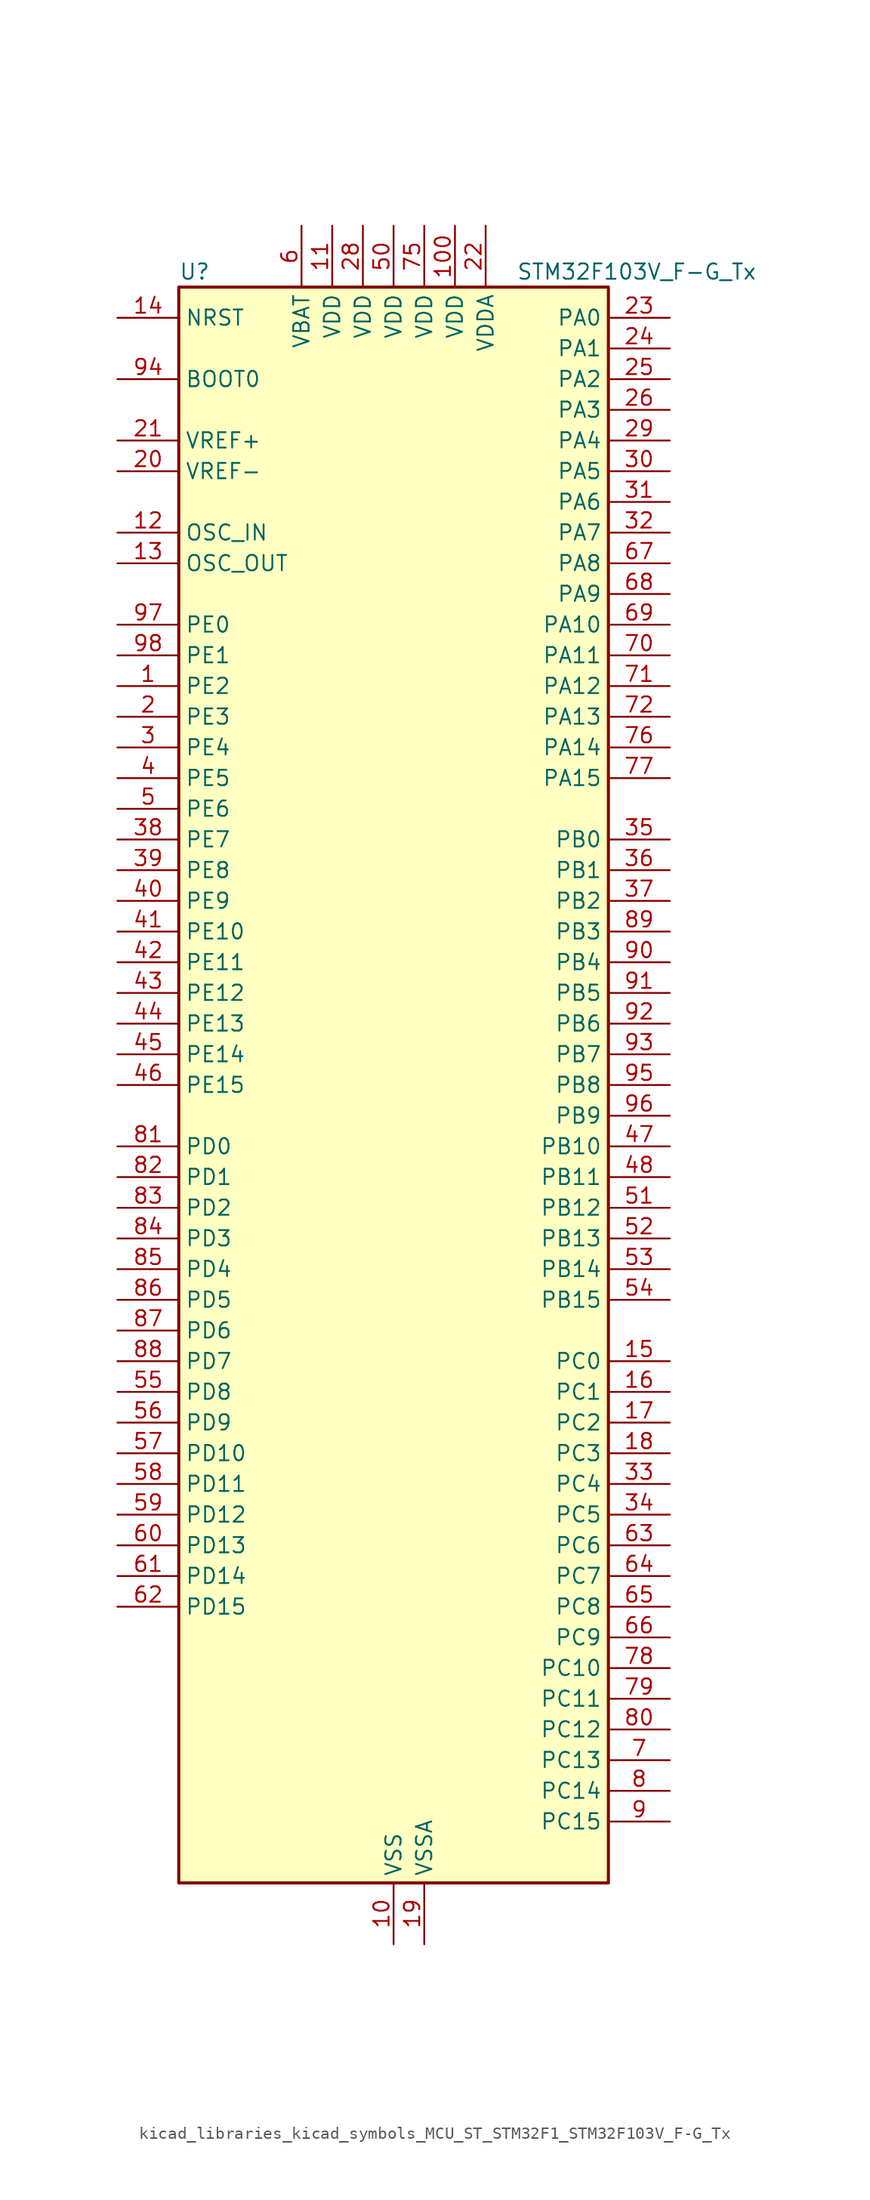
<source format=kicad_sym>
(kicad_symbol_lib
  (version 20220914)
  (generator kicad_symbol_editor)
  (symbol "kicad_libraries_kicad_symbols_MCU_ST_STM32F1_STM32F103V_F-G_Tx"
    (property "Reference" "U"
      (at -17.78 67.31 0)
      (effects (font (size 1.27 1.27)) (justify left)))
    (property "Value" "STM32F103V_F-G_Tx"
      (at 10.16 67.31 0)
      (effects (font (size 1.27 1.27)) (justify left)))
    (property "ki_locked" ""
      (at 0 0 0)
      (effects (font (size 1.27 1.27))))
    (symbol "kicad_libraries_kicad_symbols_MCU_ST_STM32F1_STM32F103V_F-G_Tx_0_1"
      (rectangle (start -17.78 -66.04) (end 17.78 66.04) (stroke (width 0.254) (type default)) (fill (type background))))
    (symbol "kicad_libraries_kicad_symbols_MCU_ST_STM32F1_STM32F103V_F-G_Tx_1_1"
      (pin bidirectional line (at -22.86 33.02 0) (length 5.08) (name "PE2" (effects (font (size 1.27 1.27)))) (number "1" (effects (font (size 1.27 1.27)))) (alternate "FSMC_A23" bidirectional line) (alternate "SYS_TRACECLK" bidirectional line))
      (pin power_in line (at 0 -71.12 90) (length 5.08) (name "VSS" (effects (font (size 1.27 1.27)))) (number "10" (effects (font (size 1.27 1.27)))))
      (pin power_in line (at 5.08 71.12 270) (length 5.08) (name "VDD" (effects (font (size 1.27 1.27)))) (number "100" (effects (font (size 1.27 1.27)))))
      (pin power_in line (at -5.08 71.12 270) (length 5.08) (name "VDD" (effects (font (size 1.27 1.27)))) (number "11" (effects (font (size 1.27 1.27)))))
      (pin input line (at -22.86 45.72 0) (length 5.08) (name "OSC_IN" (effects (font (size 1.27 1.27)))) (number "12" (effects (font (size 1.27 1.27)))) (alternate "RCC_OSC_IN" bidirectional line))
      (pin input line (at -22.86 43.18 0) (length 5.08) (name "OSC_OUT" (effects (font (size 1.27 1.27)))) (number "13" (effects (font (size 1.27 1.27)))) (alternate "RCC_OSC_OUT" bidirectional line))
      (pin input line (at -22.86 63.5 0) (length 5.08) (name "NRST" (effects (font (size 1.27 1.27)))) (number "14" (effects (font (size 1.27 1.27)))))
      (pin bidirectional line (at 22.86 -22.86 180) (length 5.08) (name "PC0" (effects (font (size 1.27 1.27)))) (number "15" (effects (font (size 1.27 1.27)))) (alternate "ADC1_IN10" bidirectional line) (alternate "ADC2_IN10" bidirectional line) (alternate "ADC3_IN10" bidirectional line))
      (pin bidirectional line (at 22.86 -25.4 180) (length 5.08) (name "PC1" (effects (font (size 1.27 1.27)))) (number "16" (effects (font (size 1.27 1.27)))) (alternate "ADC1_IN11" bidirectional line) (alternate "ADC2_IN11" bidirectional line) (alternate "ADC3_IN11" bidirectional line))
      (pin bidirectional line (at 22.86 -27.94 180) (length 5.08) (name "PC2" (effects (font (size 1.27 1.27)))) (number "17" (effects (font (size 1.27 1.27)))) (alternate "ADC1_IN12" bidirectional line) (alternate "ADC2_IN12" bidirectional line) (alternate "ADC3_IN12" bidirectional line))
      (pin bidirectional line (at 22.86 -30.48 180) (length 5.08) (name "PC3" (effects (font (size 1.27 1.27)))) (number "18" (effects (font (size 1.27 1.27)))) (alternate "ADC1_IN13" bidirectional line) (alternate "ADC2_IN13" bidirectional line) (alternate "ADC3_IN13" bidirectional line))
      (pin power_in line (at 2.54 -71.12 90) (length 5.08) (name "VSSA" (effects (font (size 1.27 1.27)))) (number "19" (effects (font (size 1.27 1.27)))))
      (pin bidirectional line (at -22.86 30.48 0) (length 5.08) (name "PE3" (effects (font (size 1.27 1.27)))) (number "2" (effects (font (size 1.27 1.27)))) (alternate "FSMC_A19" bidirectional line) (alternate "SYS_TRACED0" bidirectional line))
      (pin input line (at -22.86 50.8 0) (length 5.08) (name "VREF-" (effects (font (size 1.27 1.27)))) (number "20" (effects (font (size 1.27 1.27)))))
      (pin input line (at -22.86 53.34 0) (length 5.08) (name "VREF+" (effects (font (size 1.27 1.27)))) (number "21" (effects (font (size 1.27 1.27)))))
      (pin power_in line (at 7.62 71.12 270) (length 5.08) (name "VDDA" (effects (font (size 1.27 1.27)))) (number "22" (effects (font (size 1.27 1.27)))))
      (pin bidirectional line (at 22.86 63.5 180) (length 5.08) (name "PA0" (effects (font (size 1.27 1.27)))) (number "23" (effects (font (size 1.27 1.27)))) (alternate "ADC1_IN0" bidirectional line) (alternate "ADC2_IN0" bidirectional line) (alternate "ADC3_IN0" bidirectional line) (alternate "SYS_WKUP" bidirectional line) (alternate "TIM2_CH1" bidirectional line) (alternate "TIM2_ETR" bidirectional line) (alternate "TIM5_CH1" bidirectional line) (alternate "TIM8_ETR" bidirectional line) (alternate "USART2_CTS" bidirectional line))
      (pin bidirectional line (at 22.86 60.96 180) (length 5.08) (name "PA1" (effects (font (size 1.27 1.27)))) (number "24" (effects (font (size 1.27 1.27)))) (alternate "ADC1_IN1" bidirectional line) (alternate "ADC2_IN1" bidirectional line) (alternate "ADC3_IN1" bidirectional line) (alternate "TIM2_CH2" bidirectional line) (alternate "TIM5_CH2" bidirectional line) (alternate "USART2_RTS" bidirectional line))
      (pin bidirectional line (at 22.86 58.42 180) (length 5.08) (name "PA2" (effects (font (size 1.27 1.27)))) (number "25" (effects (font (size 1.27 1.27)))) (alternate "ADC1_IN2" bidirectional line) (alternate "ADC2_IN2" bidirectional line) (alternate "ADC3_IN2" bidirectional line) (alternate "TIM2_CH3" bidirectional line) (alternate "TIM5_CH3" bidirectional line) (alternate "TIM9_CH1" bidirectional line) (alternate "USART2_TX" bidirectional line))
      (pin bidirectional line (at 22.86 55.88 180) (length 5.08) (name "PA3" (effects (font (size 1.27 1.27)))) (number "26" (effects (font (size 1.27 1.27)))) (alternate "ADC1_IN3" bidirectional line) (alternate "ADC2_IN3" bidirectional line) (alternate "ADC3_IN3" bidirectional line) (alternate "TIM2_CH4" bidirectional line) (alternate "TIM5_CH4" bidirectional line) (alternate "TIM9_CH2" bidirectional line) (alternate "USART2_RX" bidirectional line))
      (pin passive line (at 0 -71.12 90) (length 5.08) hide (name "VSS" (effects (font (size 1.27 1.27)))) (number "27" (effects (font (size 1.27 1.27)))))
      (pin power_in line (at -2.54 71.12 270) (length 5.08) (name "VDD" (effects (font (size 1.27 1.27)))) (number "28" (effects (font (size 1.27 1.27)))))
      (pin bidirectional line (at 22.86 53.34 180) (length 5.08) (name "PA4" (effects (font (size 1.27 1.27)))) (number "29" (effects (font (size 1.27 1.27)))) (alternate "ADC1_IN4" bidirectional line) (alternate "ADC2_IN4" bidirectional line) (alternate "DAC_OUT1" bidirectional line) (alternate "SPI1_NSS" bidirectional line) (alternate "USART2_CK" bidirectional line))
      (pin bidirectional line (at -22.86 27.94 0) (length 5.08) (name "PE4" (effects (font (size 1.27 1.27)))) (number "3" (effects (font (size 1.27 1.27)))) (alternate "FSMC_A20" bidirectional line) (alternate "SYS_TRACED1" bidirectional line))
      (pin bidirectional line (at 22.86 50.8 180) (length 5.08) (name "PA5" (effects (font (size 1.27 1.27)))) (number "30" (effects (font (size 1.27 1.27)))) (alternate "ADC1_IN5" bidirectional line) (alternate "ADC2_IN5" bidirectional line) (alternate "DAC_OUT2" bidirectional line) (alternate "SPI1_SCK" bidirectional line))
      (pin bidirectional line (at 22.86 48.26 180) (length 5.08) (name "PA6" (effects (font (size 1.27 1.27)))) (number "31" (effects (font (size 1.27 1.27)))) (alternate "ADC1_IN6" bidirectional line) (alternate "ADC2_IN6" bidirectional line) (alternate "SPI1_MISO" bidirectional line) (alternate "TIM13_CH1" bidirectional line) (alternate "TIM1_BKIN" bidirectional line) (alternate "TIM3_CH1" bidirectional line) (alternate "TIM8_BKIN" bidirectional line))
      (pin bidirectional line (at 22.86 45.72 180) (length 5.08) (name "PA7" (effects (font (size 1.27 1.27)))) (number "32" (effects (font (size 1.27 1.27)))) (alternate "ADC1_IN7" bidirectional line) (alternate "ADC2_IN7" bidirectional line) (alternate "SPI1_MOSI" bidirectional line) (alternate "TIM14_CH1" bidirectional line) (alternate "TIM1_CH1N" bidirectional line) (alternate "TIM3_CH2" bidirectional line) (alternate "TIM8_CH1N" bidirectional line))
      (pin bidirectional line (at 22.86 -33.02 180) (length 5.08) (name "PC4" (effects (font (size 1.27 1.27)))) (number "33" (effects (font (size 1.27 1.27)))) (alternate "ADC1_IN14" bidirectional line) (alternate "ADC2_IN14" bidirectional line))
      (pin bidirectional line (at 22.86 -35.56 180) (length 5.08) (name "PC5" (effects (font (size 1.27 1.27)))) (number "34" (effects (font (size 1.27 1.27)))) (alternate "ADC1_IN15" bidirectional line) (alternate "ADC2_IN15" bidirectional line))
      (pin bidirectional line (at 22.86 20.32 180) (length 5.08) (name "PB0" (effects (font (size 1.27 1.27)))) (number "35" (effects (font (size 1.27 1.27)))) (alternate "ADC1_IN8" bidirectional line) (alternate "ADC2_IN8" bidirectional line) (alternate "TIM1_CH2N" bidirectional line) (alternate "TIM3_CH3" bidirectional line) (alternate "TIM8_CH2N" bidirectional line))
      (pin bidirectional line (at 22.86 17.78 180) (length 5.08) (name "PB1" (effects (font (size 1.27 1.27)))) (number "36" (effects (font (size 1.27 1.27)))) (alternate "ADC1_IN9" bidirectional line) (alternate "ADC2_IN9" bidirectional line) (alternate "TIM1_CH3N" bidirectional line) (alternate "TIM3_CH4" bidirectional line) (alternate "TIM8_CH3N" bidirectional line))
      (pin bidirectional line (at 22.86 15.24 180) (length 5.08) (name "PB2" (effects (font (size 1.27 1.27)))) (number "37" (effects (font (size 1.27 1.27)))))
      (pin bidirectional line (at -22.86 20.32 0) (length 5.08) (name "PE7" (effects (font (size 1.27 1.27)))) (number "38" (effects (font (size 1.27 1.27)))) (alternate "FSMC_D4" bidirectional line) (alternate "FSMC_DA4" bidirectional line) (alternate "TIM1_ETR" bidirectional line))
      (pin bidirectional line (at -22.86 17.78 0) (length 5.08) (name "PE8" (effects (font (size 1.27 1.27)))) (number "39" (effects (font (size 1.27 1.27)))) (alternate "FSMC_D5" bidirectional line) (alternate "FSMC_DA5" bidirectional line) (alternate "TIM1_CH1N" bidirectional line))
      (pin bidirectional line (at -22.86 25.4 0) (length 5.08) (name "PE5" (effects (font (size 1.27 1.27)))) (number "4" (effects (font (size 1.27 1.27)))) (alternate "FSMC_A21" bidirectional line) (alternate "SYS_TRACED2" bidirectional line) (alternate "TIM9_CH1" bidirectional line))
      (pin bidirectional line (at -22.86 15.24 0) (length 5.08) (name "PE9" (effects (font (size 1.27 1.27)))) (number "40" (effects (font (size 1.27 1.27)))) (alternate "DAC_EXTI9" bidirectional line) (alternate "FSMC_D6" bidirectional line) (alternate "FSMC_DA6" bidirectional line) (alternate "TIM1_CH1" bidirectional line))
      (pin bidirectional line (at -22.86 12.7 0) (length 5.08) (name "PE10" (effects (font (size 1.27 1.27)))) (number "41" (effects (font (size 1.27 1.27)))) (alternate "FSMC_D7" bidirectional line) (alternate "FSMC_DA7" bidirectional line) (alternate "TIM1_CH2N" bidirectional line))
      (pin bidirectional line (at -22.86 10.16 0) (length 5.08) (name "PE11" (effects (font (size 1.27 1.27)))) (number "42" (effects (font (size 1.27 1.27)))) (alternate "ADC1_EXTI11" bidirectional line) (alternate "ADC2_EXTI11" bidirectional line) (alternate "FSMC_D8" bidirectional line) (alternate "FSMC_DA8" bidirectional line) (alternate "TIM1_CH2" bidirectional line))
      (pin bidirectional line (at -22.86 7.62 0) (length 5.08) (name "PE12" (effects (font (size 1.27 1.27)))) (number "43" (effects (font (size 1.27 1.27)))) (alternate "FSMC_D9" bidirectional line) (alternate "FSMC_DA9" bidirectional line) (alternate "TIM1_CH3N" bidirectional line))
      (pin bidirectional line (at -22.86 5.08 0) (length 5.08) (name "PE13" (effects (font (size 1.27 1.27)))) (number "44" (effects (font (size 1.27 1.27)))) (alternate "FSMC_D10" bidirectional line) (alternate "FSMC_DA10" bidirectional line) (alternate "TIM1_CH3" bidirectional line))
      (pin bidirectional line (at -22.86 2.54 0) (length 5.08) (name "PE14" (effects (font (size 1.27 1.27)))) (number "45" (effects (font (size 1.27 1.27)))) (alternate "FSMC_D11" bidirectional line) (alternate "FSMC_DA11" bidirectional line) (alternate "TIM1_CH4" bidirectional line))
      (pin bidirectional line (at -22.86 0 0) (length 5.08) (name "PE15" (effects (font (size 1.27 1.27)))) (number "46" (effects (font (size 1.27 1.27)))) (alternate "ADC1_EXTI15" bidirectional line) (alternate "ADC2_EXTI15" bidirectional line) (alternate "FSMC_D12" bidirectional line) (alternate "FSMC_DA12" bidirectional line) (alternate "TIM1_BKIN" bidirectional line))
      (pin bidirectional line (at 22.86 -5.08 180) (length 5.08) (name "PB10" (effects (font (size 1.27 1.27)))) (number "47" (effects (font (size 1.27 1.27)))) (alternate "I2C2_SCL" bidirectional line) (alternate "TIM2_CH3" bidirectional line) (alternate "USART3_TX" bidirectional line))
      (pin bidirectional line (at 22.86 -7.62 180) (length 5.08) (name "PB11" (effects (font (size 1.27 1.27)))) (number "48" (effects (font (size 1.27 1.27)))) (alternate "ADC1_EXTI11" bidirectional line) (alternate "ADC2_EXTI11" bidirectional line) (alternate "I2C2_SDA" bidirectional line) (alternate "TIM2_CH4" bidirectional line) (alternate "USART3_RX" bidirectional line))
      (pin passive line (at 0 -71.12 90) (length 5.08) hide (name "VSS" (effects (font (size 1.27 1.27)))) (number "49" (effects (font (size 1.27 1.27)))))
      (pin bidirectional line (at -22.86 22.86 0) (length 5.08) (name "PE6" (effects (font (size 1.27 1.27)))) (number "5" (effects (font (size 1.27 1.27)))) (alternate "FSMC_A22" bidirectional line) (alternate "SYS_TRACED3" bidirectional line) (alternate "TIM9_CH2" bidirectional line))
      (pin power_in line (at 0 71.12 270) (length 5.08) (name "VDD" (effects (font (size 1.27 1.27)))) (number "50" (effects (font (size 1.27 1.27)))))
      (pin bidirectional line (at 22.86 -10.16 180) (length 5.08) (name "PB12" (effects (font (size 1.27 1.27)))) (number "51" (effects (font (size 1.27 1.27)))) (alternate "I2C2_SMBA" bidirectional line) (alternate "I2S2_WS" bidirectional line) (alternate "SPI2_NSS" bidirectional line) (alternate "TIM1_BKIN" bidirectional line) (alternate "USART3_CK" bidirectional line))
      (pin bidirectional line (at 22.86 -12.7 180) (length 5.08) (name "PB13" (effects (font (size 1.27 1.27)))) (number "52" (effects (font (size 1.27 1.27)))) (alternate "I2S2_CK" bidirectional line) (alternate "SPI2_SCK" bidirectional line) (alternate "TIM1_CH1N" bidirectional line) (alternate "USART3_CTS" bidirectional line))
      (pin bidirectional line (at 22.86 -15.24 180) (length 5.08) (name "PB14" (effects (font (size 1.27 1.27)))) (number "53" (effects (font (size 1.27 1.27)))) (alternate "SPI2_MISO" bidirectional line) (alternate "TIM12_CH1" bidirectional line) (alternate "TIM1_CH2N" bidirectional line) (alternate "USART3_RTS" bidirectional line))
      (pin bidirectional line (at 22.86 -17.78 180) (length 5.08) (name "PB15" (effects (font (size 1.27 1.27)))) (number "54" (effects (font (size 1.27 1.27)))) (alternate "ADC1_EXTI15" bidirectional line) (alternate "ADC2_EXTI15" bidirectional line) (alternate "I2S2_SD" bidirectional line) (alternate "SPI2_MOSI" bidirectional line) (alternate "TIM12_CH2" bidirectional line) (alternate "TIM1_CH3N" bidirectional line))
      (pin bidirectional line (at -22.86 -25.4 0) (length 5.08) (name "PD8" (effects (font (size 1.27 1.27)))) (number "55" (effects (font (size 1.27 1.27)))) (alternate "FSMC_D13" bidirectional line) (alternate "FSMC_DA13" bidirectional line) (alternate "USART3_TX" bidirectional line))
      (pin bidirectional line (at -22.86 -27.94 0) (length 5.08) (name "PD9" (effects (font (size 1.27 1.27)))) (number "56" (effects (font (size 1.27 1.27)))) (alternate "DAC_EXTI9" bidirectional line) (alternate "FSMC_D14" bidirectional line) (alternate "FSMC_DA14" bidirectional line) (alternate "USART3_RX" bidirectional line))
      (pin bidirectional line (at -22.86 -30.48 0) (length 5.08) (name "PD10" (effects (font (size 1.27 1.27)))) (number "57" (effects (font (size 1.27 1.27)))) (alternate "FSMC_D15" bidirectional line) (alternate "FSMC_DA15" bidirectional line) (alternate "USART3_CK" bidirectional line))
      (pin bidirectional line (at -22.86 -33.02 0) (length 5.08) (name "PD11" (effects (font (size 1.27 1.27)))) (number "58" (effects (font (size 1.27 1.27)))) (alternate "ADC1_EXTI11" bidirectional line) (alternate "ADC2_EXTI11" bidirectional line) (alternate "FSMC_A16" bidirectional line) (alternate "FSMC_CLE" bidirectional line) (alternate "USART3_CTS" bidirectional line))
      (pin bidirectional line (at -22.86 -35.56 0) (length 5.08) (name "PD12" (effects (font (size 1.27 1.27)))) (number "59" (effects (font (size 1.27 1.27)))) (alternate "FSMC_A17" bidirectional line) (alternate "FSMC_ALE" bidirectional line) (alternate "TIM4_CH1" bidirectional line) (alternate "USART3_RTS" bidirectional line))
      (pin power_in line (at -7.62 71.12 270) (length 5.08) (name "VBAT" (effects (font (size 1.27 1.27)))) (number "6" (effects (font (size 1.27 1.27)))))
      (pin bidirectional line (at -22.86 -38.1 0) (length 5.08) (name "PD13" (effects (font (size 1.27 1.27)))) (number "60" (effects (font (size 1.27 1.27)))) (alternate "FSMC_A18" bidirectional line) (alternate "TIM4_CH2" bidirectional line))
      (pin bidirectional line (at -22.86 -40.64 0) (length 5.08) (name "PD14" (effects (font (size 1.27 1.27)))) (number "61" (effects (font (size 1.27 1.27)))) (alternate "FSMC_D0" bidirectional line) (alternate "FSMC_DA0" bidirectional line) (alternate "TIM4_CH3" bidirectional line))
      (pin bidirectional line (at -22.86 -43.18 0) (length 5.08) (name "PD15" (effects (font (size 1.27 1.27)))) (number "62" (effects (font (size 1.27 1.27)))) (alternate "ADC1_EXTI15" bidirectional line) (alternate "ADC2_EXTI15" bidirectional line) (alternate "FSMC_D1" bidirectional line) (alternate "FSMC_DA1" bidirectional line) (alternate "TIM4_CH4" bidirectional line))
      (pin bidirectional line (at 22.86 -38.1 180) (length 5.08) (name "PC6" (effects (font (size 1.27 1.27)))) (number "63" (effects (font (size 1.27 1.27)))) (alternate "I2S2_MCK" bidirectional line) (alternate "SDIO_D6" bidirectional line) (alternate "TIM3_CH1" bidirectional line) (alternate "TIM8_CH1" bidirectional line))
      (pin bidirectional line (at 22.86 -40.64 180) (length 5.08) (name "PC7" (effects (font (size 1.27 1.27)))) (number "64" (effects (font (size 1.27 1.27)))) (alternate "I2S3_MCK" bidirectional line) (alternate "SDIO_D7" bidirectional line) (alternate "TIM3_CH2" bidirectional line) (alternate "TIM8_CH2" bidirectional line))
      (pin bidirectional line (at 22.86 -43.18 180) (length 5.08) (name "PC8" (effects (font (size 1.27 1.27)))) (number "65" (effects (font (size 1.27 1.27)))) (alternate "SDIO_D0" bidirectional line) (alternate "TIM3_CH3" bidirectional line) (alternate "TIM8_CH3" bidirectional line))
      (pin bidirectional line (at 22.86 -45.72 180) (length 5.08) (name "PC9" (effects (font (size 1.27 1.27)))) (number "66" (effects (font (size 1.27 1.27)))) (alternate "DAC_EXTI9" bidirectional line) (alternate "SDIO_D1" bidirectional line) (alternate "TIM3_CH4" bidirectional line) (alternate "TIM8_CH4" bidirectional line))
      (pin bidirectional line (at 22.86 43.18 180) (length 5.08) (name "PA8" (effects (font (size 1.27 1.27)))) (number "67" (effects (font (size 1.27 1.27)))) (alternate "RCC_MCO" bidirectional line) (alternate "TIM1_CH1" bidirectional line) (alternate "USART1_CK" bidirectional line))
      (pin bidirectional line (at 22.86 40.64 180) (length 5.08) (name "PA9" (effects (font (size 1.27 1.27)))) (number "68" (effects (font (size 1.27 1.27)))) (alternate "DAC_EXTI9" bidirectional line) (alternate "TIM1_CH2" bidirectional line) (alternate "USART1_TX" bidirectional line))
      (pin bidirectional line (at 22.86 38.1 180) (length 5.08) (name "PA10" (effects (font (size 1.27 1.27)))) (number "69" (effects (font (size 1.27 1.27)))) (alternate "TIM1_CH3" bidirectional line) (alternate "USART1_RX" bidirectional line))
      (pin bidirectional line (at 22.86 -55.88 180) (length 5.08) (name "PC13" (effects (font (size 1.27 1.27)))) (number "7" (effects (font (size 1.27 1.27)))) (alternate "RTC_OUT" bidirectional line) (alternate "RTC_TAMPER" bidirectional line))
      (pin bidirectional line (at 22.86 35.56 180) (length 5.08) (name "PA11" (effects (font (size 1.27 1.27)))) (number "70" (effects (font (size 1.27 1.27)))) (alternate "ADC1_EXTI11" bidirectional line) (alternate "ADC2_EXTI11" bidirectional line) (alternate "CAN_RX" bidirectional line) (alternate "TIM1_CH4" bidirectional line) (alternate "USART1_CTS" bidirectional line) (alternate "USB_DM" bidirectional line))
      (pin bidirectional line (at 22.86 33.02 180) (length 5.08) (name "PA12" (effects (font (size 1.27 1.27)))) (number "71" (effects (font (size 1.27 1.27)))) (alternate "CAN_TX" bidirectional line) (alternate "TIM1_ETR" bidirectional line) (alternate "USART1_RTS" bidirectional line) (alternate "USB_DP" bidirectional line))
      (pin bidirectional line (at 22.86 30.48 180) (length 5.08) (name "PA13" (effects (font (size 1.27 1.27)))) (number "72" (effects (font (size 1.27 1.27)))) (alternate "SYS_JTMS-SWDIO" bidirectional line))
      (pin no_connect line (at -17.78 -66.04 0) (length 5.08) hide (name "NC" (effects (font (size 1.27 1.27)))) (number "73" (effects (font (size 1.27 1.27)))))
      (pin passive line (at 0 -71.12 90) (length 5.08) hide (name "VSS" (effects (font (size 1.27 1.27)))) (number "74" (effects (font (size 1.27 1.27)))))
      (pin power_in line (at 2.54 71.12 270) (length 5.08) (name "VDD" (effects (font (size 1.27 1.27)))) (number "75" (effects (font (size 1.27 1.27)))))
      (pin bidirectional line (at 22.86 27.94 180) (length 5.08) (name "PA14" (effects (font (size 1.27 1.27)))) (number "76" (effects (font (size 1.27 1.27)))) (alternate "SYS_JTCK-SWCLK" bidirectional line))
      (pin bidirectional line (at 22.86 25.4 180) (length 5.08) (name "PA15" (effects (font (size 1.27 1.27)))) (number "77" (effects (font (size 1.27 1.27)))) (alternate "ADC1_EXTI15" bidirectional line) (alternate "ADC2_EXTI15" bidirectional line) (alternate "I2S3_WS" bidirectional line) (alternate "SPI1_NSS" bidirectional line) (alternate "SPI3_NSS" bidirectional line) (alternate "SYS_JTDI" bidirectional line) (alternate "TIM2_CH1" bidirectional line) (alternate "TIM2_ETR" bidirectional line))
      (pin bidirectional line (at 22.86 -48.26 180) (length 5.08) (name "PC10" (effects (font (size 1.27 1.27)))) (number "78" (effects (font (size 1.27 1.27)))) (alternate "SDIO_D2" bidirectional line) (alternate "UART4_TX" bidirectional line) (alternate "USART3_TX" bidirectional line))
      (pin bidirectional line (at 22.86 -50.8 180) (length 5.08) (name "PC11" (effects (font (size 1.27 1.27)))) (number "79" (effects (font (size 1.27 1.27)))) (alternate "ADC1_EXTI11" bidirectional line) (alternate "ADC2_EXTI11" bidirectional line) (alternate "SDIO_D3" bidirectional line) (alternate "UART4_RX" bidirectional line) (alternate "USART3_RX" bidirectional line))
      (pin bidirectional line (at 22.86 -58.42 180) (length 5.08) (name "PC14" (effects (font (size 1.27 1.27)))) (number "8" (effects (font (size 1.27 1.27)))) (alternate "RCC_OSC32_IN" bidirectional line))
      (pin bidirectional line (at 22.86 -53.34 180) (length 5.08) (name "PC12" (effects (font (size 1.27 1.27)))) (number "80" (effects (font (size 1.27 1.27)))) (alternate "SDIO_CK" bidirectional line) (alternate "UART5_TX" bidirectional line) (alternate "USART3_CK" bidirectional line))
      (pin bidirectional line (at -22.86 -5.08 0) (length 5.08) (name "PD0" (effects (font (size 1.27 1.27)))) (number "81" (effects (font (size 1.27 1.27)))) (alternate "CAN_RX" bidirectional line) (alternate "FSMC_D2" bidirectional line) (alternate "FSMC_DA2" bidirectional line))
      (pin bidirectional line (at -22.86 -7.62 0) (length 5.08) (name "PD1" (effects (font (size 1.27 1.27)))) (number "82" (effects (font (size 1.27 1.27)))) (alternate "CAN_TX" bidirectional line) (alternate "FSMC_D3" bidirectional line) (alternate "FSMC_DA3" bidirectional line))
      (pin bidirectional line (at -22.86 -10.16 0) (length 5.08) (name "PD2" (effects (font (size 1.27 1.27)))) (number "83" (effects (font (size 1.27 1.27)))) (alternate "SDIO_CMD" bidirectional line) (alternate "TIM3_ETR" bidirectional line) (alternate "UART5_RX" bidirectional line))
      (pin bidirectional line (at -22.86 -12.7 0) (length 5.08) (name "PD3" (effects (font (size 1.27 1.27)))) (number "84" (effects (font (size 1.27 1.27)))) (alternate "FSMC_CLK" bidirectional line) (alternate "USART2_CTS" bidirectional line))
      (pin bidirectional line (at -22.86 -15.24 0) (length 5.08) (name "PD4" (effects (font (size 1.27 1.27)))) (number "85" (effects (font (size 1.27 1.27)))) (alternate "FSMC_NOE" bidirectional line) (alternate "USART2_RTS" bidirectional line))
      (pin bidirectional line (at -22.86 -17.78 0) (length 5.08) (name "PD5" (effects (font (size 1.27 1.27)))) (number "86" (effects (font (size 1.27 1.27)))) (alternate "FSMC_NWE" bidirectional line) (alternate "USART2_TX" bidirectional line))
      (pin bidirectional line (at -22.86 -20.32 0) (length 5.08) (name "PD6" (effects (font (size 1.27 1.27)))) (number "87" (effects (font (size 1.27 1.27)))) (alternate "FSMC_NWAIT" bidirectional line) (alternate "USART2_RX" bidirectional line))
      (pin bidirectional line (at -22.86 -22.86 0) (length 5.08) (name "PD7" (effects (font (size 1.27 1.27)))) (number "88" (effects (font (size 1.27 1.27)))) (alternate "FSMC_NCE2" bidirectional line) (alternate "FSMC_NE1" bidirectional line) (alternate "USART2_CK" bidirectional line))
      (pin bidirectional line (at 22.86 12.7 180) (length 5.08) (name "PB3" (effects (font (size 1.27 1.27)))) (number "89" (effects (font (size 1.27 1.27)))) (alternate "I2S3_CK" bidirectional line) (alternate "SPI1_SCK" bidirectional line) (alternate "SPI3_SCK" bidirectional line) (alternate "SYS_JTDO-TRACESWO" bidirectional line) (alternate "TIM2_CH2" bidirectional line))
      (pin bidirectional line (at 22.86 -60.96 180) (length 5.08) (name "PC15" (effects (font (size 1.27 1.27)))) (number "9" (effects (font (size 1.27 1.27)))) (alternate "ADC1_EXTI15" bidirectional line) (alternate "ADC2_EXTI15" bidirectional line) (alternate "RCC_OSC32_OUT" bidirectional line))
      (pin bidirectional line (at 22.86 10.16 180) (length 5.08) (name "PB4" (effects (font (size 1.27 1.27)))) (number "90" (effects (font (size 1.27 1.27)))) (alternate "SPI1_MISO" bidirectional line) (alternate "SPI3_MISO" bidirectional line) (alternate "SYS_NJTRST" bidirectional line) (alternate "TIM3_CH1" bidirectional line))
      (pin bidirectional line (at 22.86 7.62 180) (length 5.08) (name "PB5" (effects (font (size 1.27 1.27)))) (number "91" (effects (font (size 1.27 1.27)))) (alternate "I2C1_SMBA" bidirectional line) (alternate "I2S3_SD" bidirectional line) (alternate "SPI1_MOSI" bidirectional line) (alternate "SPI3_MOSI" bidirectional line) (alternate "TIM3_CH2" bidirectional line))
      (pin bidirectional line (at 22.86 5.08 180) (length 5.08) (name "PB6" (effects (font (size 1.27 1.27)))) (number "92" (effects (font (size 1.27 1.27)))) (alternate "I2C1_SCL" bidirectional line) (alternate "TIM4_CH1" bidirectional line) (alternate "USART1_TX" bidirectional line))
      (pin bidirectional line (at 22.86 2.54 180) (length 5.08) (name "PB7" (effects (font (size 1.27 1.27)))) (number "93" (effects (font (size 1.27 1.27)))) (alternate "FSMC_NL" bidirectional line) (alternate "I2C1_SDA" bidirectional line) (alternate "TIM4_CH2" bidirectional line) (alternate "USART1_RX" bidirectional line))
      (pin input line (at -22.86 58.42 0) (length 5.08) (name "BOOT0" (effects (font (size 1.27 1.27)))) (number "94" (effects (font (size 1.27 1.27)))))
      (pin bidirectional line (at 22.86 0 180) (length 5.08) (name "PB8" (effects (font (size 1.27 1.27)))) (number "95" (effects (font (size 1.27 1.27)))) (alternate "CAN_RX" bidirectional line) (alternate "I2C1_SCL" bidirectional line) (alternate "SDIO_D4" bidirectional line) (alternate "TIM10_CH1" bidirectional line) (alternate "TIM4_CH3" bidirectional line))
      (pin bidirectional line (at 22.86 -2.54 180) (length 5.08) (name "PB9" (effects (font (size 1.27 1.27)))) (number "96" (effects (font (size 1.27 1.27)))) (alternate "CAN_TX" bidirectional line) (alternate "DAC_EXTI9" bidirectional line) (alternate "I2C1_SDA" bidirectional line) (alternate "SDIO_D5" bidirectional line) (alternate "TIM11_CH1" bidirectional line) (alternate "TIM4_CH4" bidirectional line))
      (pin bidirectional line (at -22.86 38.1 0) (length 5.08) (name "PE0" (effects (font (size 1.27 1.27)))) (number "97" (effects (font (size 1.27 1.27)))) (alternate "FSMC_NBL0" bidirectional line) (alternate "TIM4_ETR" bidirectional line))
      (pin bidirectional line (at -22.86 35.56 0) (length 5.08) (name "PE1" (effects (font (size 1.27 1.27)))) (number "98" (effects (font (size 1.27 1.27)))) (alternate "FSMC_NBL1" bidirectional line))
      (pin passive line (at 0 -71.12 90) (length 5.08) hide (name "VSS" (effects (font (size 1.27 1.27)))) (number "99" (effects (font (size 1.27 1.27))))))))
</source>
